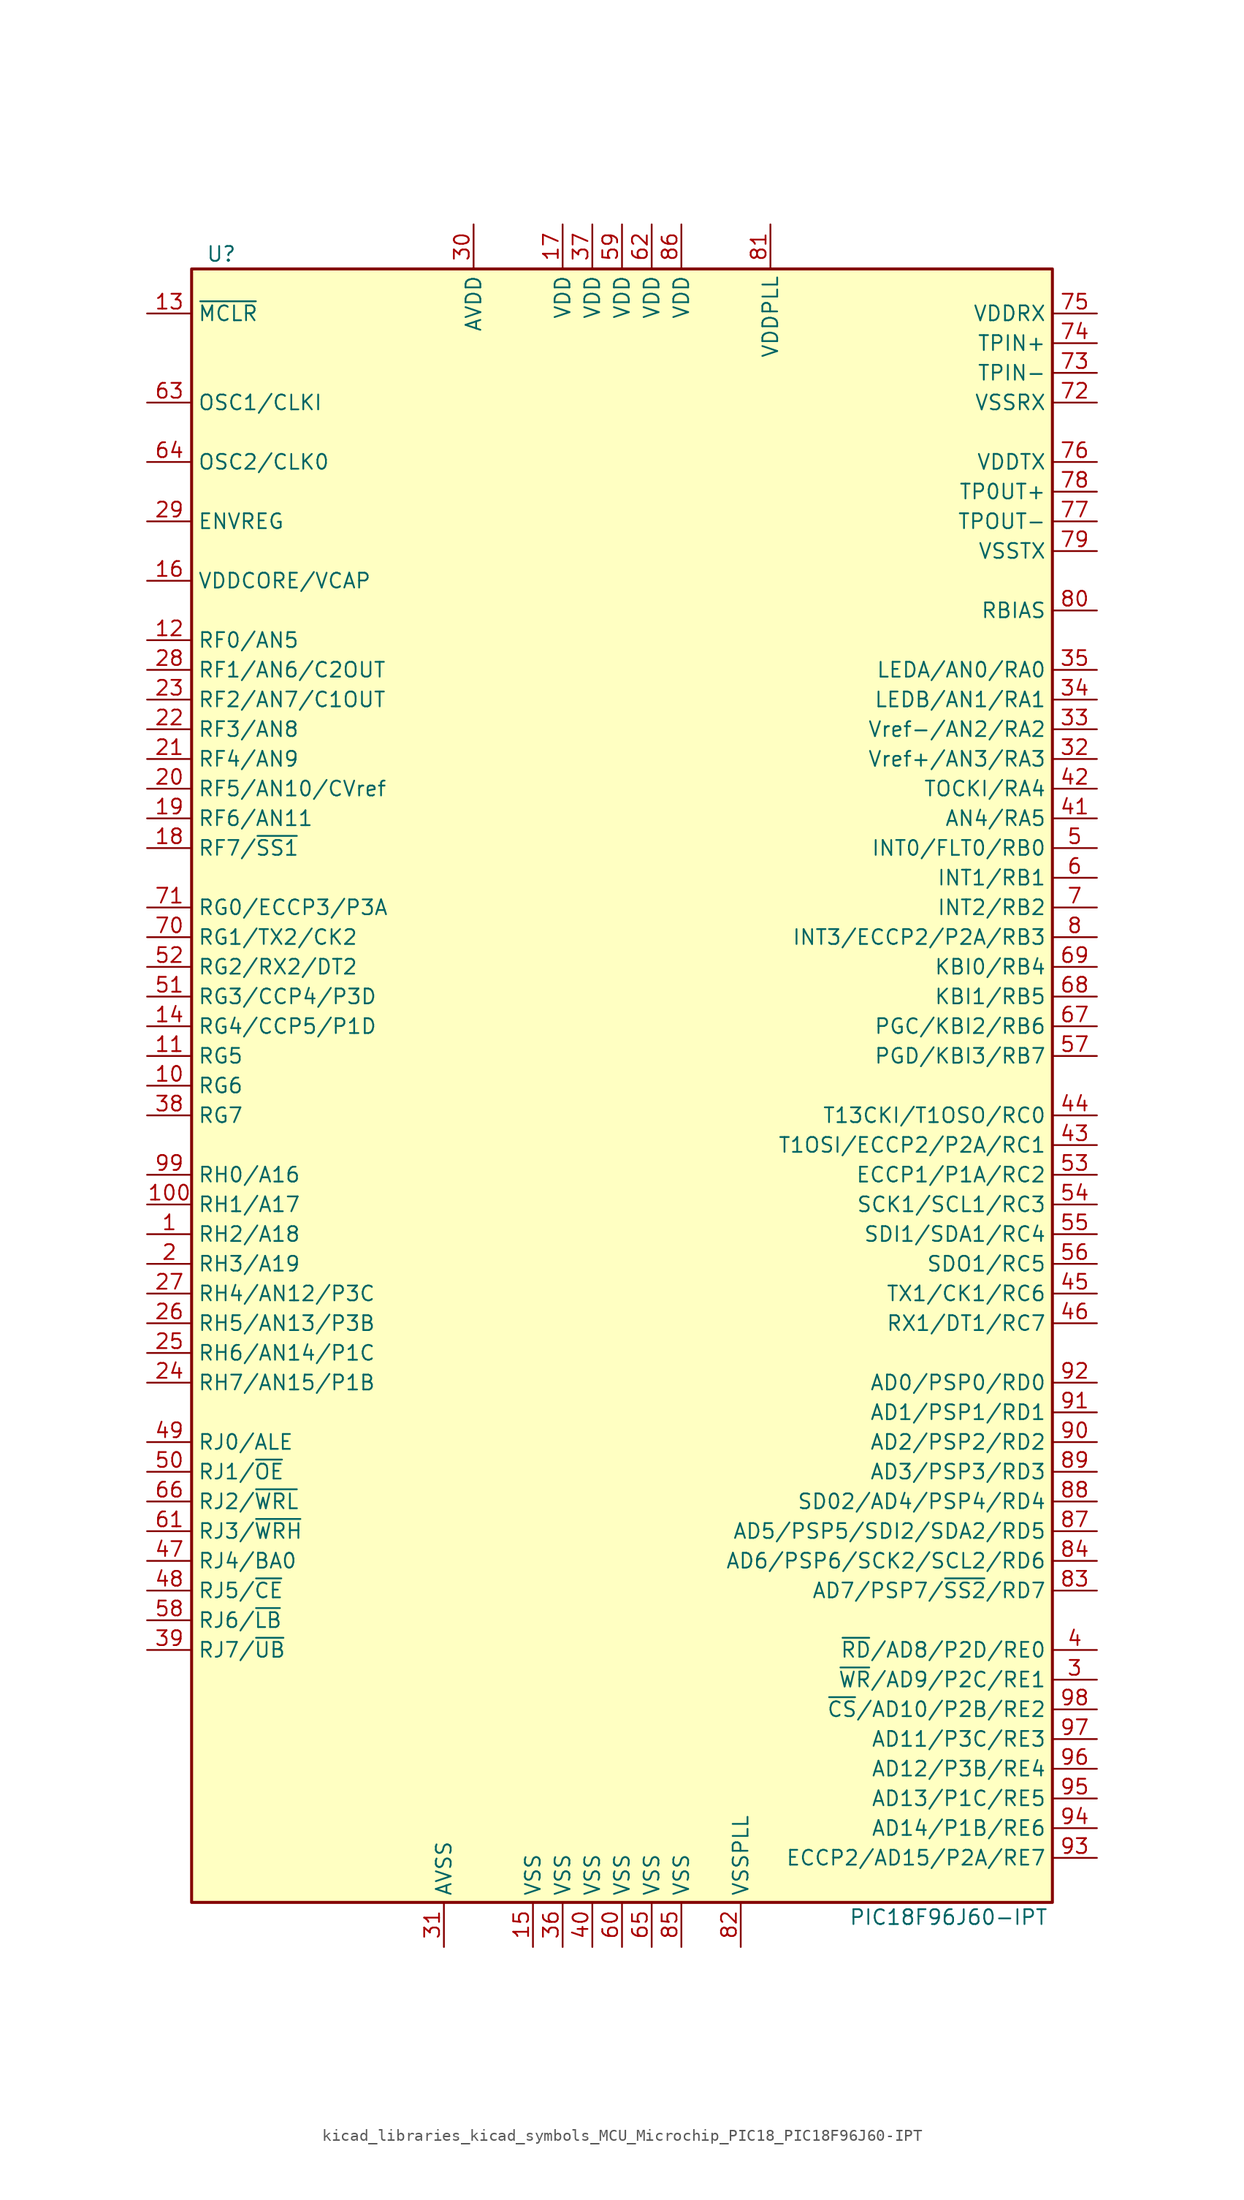
<source format=kicad_sym>
(kicad_symbol_lib
  (version 20220914)
  (generator kicad_symbol_editor)
  (symbol "kicad_libraries_kicad_symbols_MCU_Microchip_PIC18_PIC18F96J60-IPT"
    (property "Reference" "U"
      (at -34.29 71.12 0)
      (effects (font (size 1.27 1.27))))
    (property "Value" "PIC18F96J60-IPT"
      (at 27.94 -71.12 0)
      (effects (font (size 1.27 1.27))))
    (symbol "kicad_libraries_kicad_symbols_MCU_Microchip_PIC18_PIC18F96J60-IPT_0_1"
      (rectangle (start -36.83 69.85) (end 36.83 -69.85) (stroke (width 0.254) (type default)) (fill (type background))))
    (symbol "kicad_libraries_kicad_symbols_MCU_Microchip_PIC18_PIC18F96J60-IPT_1_1"
      (pin bidirectional line (at -40.64 -12.7 0) (length 3.81) (name "RH2/A18" (effects (font (size 1.27 1.27)))) (number "1" (effects (font (size 1.27 1.27)))))
      (pin bidirectional line (at -40.64 0 0) (length 3.81) (name "RG6" (effects (font (size 1.27 1.27)))) (number "10" (effects (font (size 1.27 1.27)))))
      (pin bidirectional line (at -40.64 -10.16 0) (length 3.81) (name "RH1/A17" (effects (font (size 1.27 1.27)))) (number "100" (effects (font (size 1.27 1.27)))))
      (pin bidirectional line (at -40.64 2.54 0) (length 3.81) (name "RG5" (effects (font (size 1.27 1.27)))) (number "11" (effects (font (size 1.27 1.27)))))
      (pin bidirectional line (at -40.64 38.1 0) (length 3.81) (name "RF0/AN5" (effects (font (size 1.27 1.27)))) (number "12" (effects (font (size 1.27 1.27)))))
      (pin input line (at -40.64 66.04 0) (length 3.81) (name "~{MCLR}" (effects (font (size 1.27 1.27)))) (number "13" (effects (font (size 1.27 1.27)))))
      (pin bidirectional line (at -40.64 5.08 0) (length 3.81) (name "RG4/CCP5/P1D" (effects (font (size 1.27 1.27)))) (number "14" (effects (font (size 1.27 1.27)))))
      (pin power_in line (at -7.62 -73.66 90) (length 3.81) (name "VSS" (effects (font (size 1.27 1.27)))) (number "15" (effects (font (size 1.27 1.27)))))
      (pin passive line (at -40.64 43.18 0) (length 3.81) (name "VDDCORE/VCAP" (effects (font (size 1.27 1.27)))) (number "16" (effects (font (size 1.27 1.27)))))
      (pin power_in line (at -5.08 73.66 270) (length 3.81) (name "VDD" (effects (font (size 1.27 1.27)))) (number "17" (effects (font (size 1.27 1.27)))))
      (pin bidirectional line (at -40.64 20.32 0) (length 3.81) (name "RF7/~{SS1}" (effects (font (size 1.27 1.27)))) (number "18" (effects (font (size 1.27 1.27)))))
      (pin bidirectional line (at -40.64 22.86 0) (length 3.81) (name "RF6/AN11" (effects (font (size 1.27 1.27)))) (number "19" (effects (font (size 1.27 1.27)))))
      (pin bidirectional line (at -40.64 -15.24 0) (length 3.81) (name "RH3/A19" (effects (font (size 1.27 1.27)))) (number "2" (effects (font (size 1.27 1.27)))))
      (pin bidirectional line (at -40.64 25.4 0) (length 3.81) (name "RF5/AN10/CVref" (effects (font (size 1.27 1.27)))) (number "20" (effects (font (size 1.27 1.27)))))
      (pin bidirectional line (at -40.64 27.94 0) (length 3.81) (name "RF4/AN9" (effects (font (size 1.27 1.27)))) (number "21" (effects (font (size 1.27 1.27)))))
      (pin bidirectional line (at -40.64 30.48 0) (length 3.81) (name "RF3/AN8" (effects (font (size 1.27 1.27)))) (number "22" (effects (font (size 1.27 1.27)))))
      (pin bidirectional line (at -40.64 33.02 0) (length 3.81) (name "RF2/AN7/C1OUT" (effects (font (size 1.27 1.27)))) (number "23" (effects (font (size 1.27 1.27)))))
      (pin bidirectional line (at -40.64 -25.4 0) (length 3.81) (name "RH7/AN15/P1B" (effects (font (size 1.27 1.27)))) (number "24" (effects (font (size 1.27 1.27)))))
      (pin bidirectional line (at -40.64 -22.86 0) (length 3.81) (name "RH6/AN14/P1C" (effects (font (size 1.27 1.27)))) (number "25" (effects (font (size 1.27 1.27)))))
      (pin bidirectional line (at -40.64 -20.32 0) (length 3.81) (name "RH5/AN13/P3B" (effects (font (size 1.27 1.27)))) (number "26" (effects (font (size 1.27 1.27)))))
      (pin bidirectional line (at -40.64 -17.78 0) (length 3.81) (name "RH4/AN12/P3C" (effects (font (size 1.27 1.27)))) (number "27" (effects (font (size 1.27 1.27)))))
      (pin bidirectional line (at -40.64 35.56 0) (length 3.81) (name "RF1/AN6/C2OUT" (effects (font (size 1.27 1.27)))) (number "28" (effects (font (size 1.27 1.27)))))
      (pin passive line (at -40.64 48.26 0) (length 3.81) (name "ENVREG" (effects (font (size 1.27 1.27)))) (number "29" (effects (font (size 1.27 1.27)))))
      (pin bidirectional line (at 40.64 -50.8 180) (length 3.81) (name "~{WR}/AD9/P2C/RE1" (effects (font (size 1.27 1.27)))) (number "3" (effects (font (size 1.27 1.27)))))
      (pin power_in line (at -12.7 73.66 270) (length 3.81) (name "AVDD" (effects (font (size 1.27 1.27)))) (number "30" (effects (font (size 1.27 1.27)))))
      (pin power_in line (at -15.24 -73.66 90) (length 3.81) (name "AVSS" (effects (font (size 1.27 1.27)))) (number "31" (effects (font (size 1.27 1.27)))))
      (pin bidirectional line (at 40.64 27.94 180) (length 3.81) (name "Vref+/AN3/RA3" (effects (font (size 1.27 1.27)))) (number "32" (effects (font (size 1.27 1.27)))))
      (pin bidirectional line (at 40.64 30.48 180) (length 3.81) (name "Vref-/AN2/RA2" (effects (font (size 1.27 1.27)))) (number "33" (effects (font (size 1.27 1.27)))))
      (pin bidirectional line (at 40.64 33.02 180) (length 3.81) (name "LEDB/AN1/RA1" (effects (font (size 1.27 1.27)))) (number "34" (effects (font (size 1.27 1.27)))))
      (pin bidirectional line (at 40.64 35.56 180) (length 3.81) (name "LEDA/AN0/RA0" (effects (font (size 1.27 1.27)))) (number "35" (effects (font (size 1.27 1.27)))))
      (pin power_in line (at -5.08 -73.66 90) (length 3.81) (name "VSS" (effects (font (size 1.27 1.27)))) (number "36" (effects (font (size 1.27 1.27)))))
      (pin power_in line (at -2.54 73.66 270) (length 3.81) (name "VDD" (effects (font (size 1.27 1.27)))) (number "37" (effects (font (size 1.27 1.27)))))
      (pin bidirectional line (at -40.64 -2.54 0) (length 3.81) (name "RG7" (effects (font (size 1.27 1.27)))) (number "38" (effects (font (size 1.27 1.27)))))
      (pin bidirectional line (at -40.64 -48.26 0) (length 3.81) (name "RJ7/~{UB}" (effects (font (size 1.27 1.27)))) (number "39" (effects (font (size 1.27 1.27)))))
      (pin bidirectional line (at 40.64 -48.26 180) (length 3.81) (name "~{RD}/AD8/P2D/RE0" (effects (font (size 1.27 1.27)))) (number "4" (effects (font (size 1.27 1.27)))))
      (pin power_in line (at -2.54 -73.66 90) (length 3.81) (name "VSS" (effects (font (size 1.27 1.27)))) (number "40" (effects (font (size 1.27 1.27)))))
      (pin bidirectional line (at 40.64 22.86 180) (length 3.81) (name "AN4/RA5" (effects (font (size 1.27 1.27)))) (number "41" (effects (font (size 1.27 1.27)))))
      (pin bidirectional line (at 40.64 25.4 180) (length 3.81) (name "TOCKI/RA4" (effects (font (size 1.27 1.27)))) (number "42" (effects (font (size 1.27 1.27)))))
      (pin bidirectional line (at 40.64 -5.08 180) (length 3.81) (name "T1OSI/ECCP2/P2A/RC1" (effects (font (size 1.27 1.27)))) (number "43" (effects (font (size 1.27 1.27)))))
      (pin bidirectional line (at 40.64 -2.54 180) (length 3.81) (name "T13CKI/T1OSO/RC0" (effects (font (size 1.27 1.27)))) (number "44" (effects (font (size 1.27 1.27)))))
      (pin bidirectional line (at 40.64 -17.78 180) (length 3.81) (name "TX1/CK1/RC6" (effects (font (size 1.27 1.27)))) (number "45" (effects (font (size 1.27 1.27)))))
      (pin bidirectional line (at 40.64 -20.32 180) (length 3.81) (name "RX1/DT1/RC7" (effects (font (size 1.27 1.27)))) (number "46" (effects (font (size 1.27 1.27)))))
      (pin bidirectional line (at -40.64 -40.64 0) (length 3.81) (name "RJ4/BA0" (effects (font (size 1.27 1.27)))) (number "47" (effects (font (size 1.27 1.27)))))
      (pin bidirectional line (at -40.64 -43.18 0) (length 3.81) (name "RJ5/~{CE}" (effects (font (size 1.27 1.27)))) (number "48" (effects (font (size 1.27 1.27)))))
      (pin bidirectional line (at -40.64 -30.48 0) (length 3.81) (name "RJ0/ALE" (effects (font (size 1.27 1.27)))) (number "49" (effects (font (size 1.27 1.27)))))
      (pin bidirectional line (at 40.64 20.32 180) (length 3.81) (name "INT0/FLT0/RB0" (effects (font (size 1.27 1.27)))) (number "5" (effects (font (size 1.27 1.27)))))
      (pin bidirectional line (at -40.64 -33.02 0) (length 3.81) (name "RJ1/~{OE}" (effects (font (size 1.27 1.27)))) (number "50" (effects (font (size 1.27 1.27)))))
      (pin bidirectional line (at -40.64 7.62 0) (length 3.81) (name "RG3/CCP4/P3D" (effects (font (size 1.27 1.27)))) (number "51" (effects (font (size 1.27 1.27)))))
      (pin bidirectional line (at -40.64 10.16 0) (length 3.81) (name "RG2/RX2/DT2" (effects (font (size 1.27 1.27)))) (number "52" (effects (font (size 1.27 1.27)))))
      (pin bidirectional line (at 40.64 -7.62 180) (length 3.81) (name "ECCP1/P1A/RC2" (effects (font (size 1.27 1.27)))) (number "53" (effects (font (size 1.27 1.27)))))
      (pin bidirectional line (at 40.64 -10.16 180) (length 3.81) (name "SCK1/SCL1/RC3" (effects (font (size 1.27 1.27)))) (number "54" (effects (font (size 1.27 1.27)))))
      (pin bidirectional line (at 40.64 -12.7 180) (length 3.81) (name "SDI1/SDA1/RC4" (effects (font (size 1.27 1.27)))) (number "55" (effects (font (size 1.27 1.27)))))
      (pin bidirectional line (at 40.64 -15.24 180) (length 3.81) (name "SDO1/RC5" (effects (font (size 1.27 1.27)))) (number "56" (effects (font (size 1.27 1.27)))))
      (pin bidirectional line (at 40.64 2.54 180) (length 3.81) (name "PGD/KBI3/RB7" (effects (font (size 1.27 1.27)))) (number "57" (effects (font (size 1.27 1.27)))))
      (pin bidirectional line (at -40.64 -45.72 0) (length 3.81) (name "RJ6/~{LB}" (effects (font (size 1.27 1.27)))) (number "58" (effects (font (size 1.27 1.27)))))
      (pin power_in line (at 0 73.66 270) (length 3.81) (name "VDD" (effects (font (size 1.27 1.27)))) (number "59" (effects (font (size 1.27 1.27)))))
      (pin bidirectional line (at 40.64 17.78 180) (length 3.81) (name "INT1/RB1" (effects (font (size 1.27 1.27)))) (number "6" (effects (font (size 1.27 1.27)))))
      (pin power_in line (at 0 -73.66 90) (length 3.81) (name "VSS" (effects (font (size 1.27 1.27)))) (number "60" (effects (font (size 1.27 1.27)))))
      (pin bidirectional line (at -40.64 -38.1 0) (length 3.81) (name "RJ3/~{WRH}" (effects (font (size 1.27 1.27)))) (number "61" (effects (font (size 1.27 1.27)))))
      (pin power_in line (at 2.54 73.66 270) (length 3.81) (name "VDD" (effects (font (size 1.27 1.27)))) (number "62" (effects (font (size 1.27 1.27)))))
      (pin input line (at -40.64 58.42 0) (length 3.81) (name "OSC1/CLKI" (effects (font (size 1.27 1.27)))) (number "63" (effects (font (size 1.27 1.27)))))
      (pin output line (at -40.64 53.34 0) (length 3.81) (name "OSC2/CLK0" (effects (font (size 1.27 1.27)))) (number "64" (effects (font (size 1.27 1.27)))))
      (pin power_in line (at 2.54 -73.66 90) (length 3.81) (name "VSS" (effects (font (size 1.27 1.27)))) (number "65" (effects (font (size 1.27 1.27)))))
      (pin bidirectional line (at -40.64 -35.56 0) (length 3.81) (name "RJ2/~{WRL}" (effects (font (size 1.27 1.27)))) (number "66" (effects (font (size 1.27 1.27)))))
      (pin bidirectional line (at 40.64 5.08 180) (length 3.81) (name "PGC/KBI2/RB6" (effects (font (size 1.27 1.27)))) (number "67" (effects (font (size 1.27 1.27)))))
      (pin bidirectional line (at 40.64 7.62 180) (length 3.81) (name "KBI1/RB5" (effects (font (size 1.27 1.27)))) (number "68" (effects (font (size 1.27 1.27)))))
      (pin bidirectional line (at 40.64 10.16 180) (length 3.81) (name "KBI0/RB4" (effects (font (size 1.27 1.27)))) (number "69" (effects (font (size 1.27 1.27)))))
      (pin bidirectional line (at 40.64 15.24 180) (length 3.81) (name "INT2/RB2" (effects (font (size 1.27 1.27)))) (number "7" (effects (font (size 1.27 1.27)))))
      (pin bidirectional line (at -40.64 12.7 0) (length 3.81) (name "RG1/TX2/CK2" (effects (font (size 1.27 1.27)))) (number "70" (effects (font (size 1.27 1.27)))))
      (pin bidirectional line (at -40.64 15.24 0) (length 3.81) (name "RG0/ECCP3/P3A" (effects (font (size 1.27 1.27)))) (number "71" (effects (font (size 1.27 1.27)))))
      (pin power_in line (at 40.64 58.42 180) (length 3.81) (name "VSSRX" (effects (font (size 1.27 1.27)))) (number "72" (effects (font (size 1.27 1.27)))))
      (pin passive line (at 40.64 60.96 180) (length 3.81) (name "TPIN-" (effects (font (size 1.27 1.27)))) (number "73" (effects (font (size 1.27 1.27)))))
      (pin passive line (at 40.64 63.5 180) (length 3.81) (name "TPIN+" (effects (font (size 1.27 1.27)))) (number "74" (effects (font (size 1.27 1.27)))))
      (pin power_in line (at 40.64 66.04 180) (length 3.81) (name "VDDRX" (effects (font (size 1.27 1.27)))) (number "75" (effects (font (size 1.27 1.27)))))
      (pin power_in line (at 40.64 53.34 180) (length 3.81) (name "VDDTX" (effects (font (size 1.27 1.27)))) (number "76" (effects (font (size 1.27 1.27)))))
      (pin passive line (at 40.64 48.26 180) (length 3.81) (name "TPOUT-" (effects (font (size 1.27 1.27)))) (number "77" (effects (font (size 1.27 1.27)))))
      (pin passive line (at 40.64 50.8 180) (length 3.81) (name "TP0UT+" (effects (font (size 1.27 1.27)))) (number "78" (effects (font (size 1.27 1.27)))))
      (pin power_in line (at 40.64 45.72 180) (length 3.81) (name "VSSTX" (effects (font (size 1.27 1.27)))) (number "79" (effects (font (size 1.27 1.27)))))
      (pin bidirectional line (at 40.64 12.7 180) (length 3.81) (name "INT3/ECCP2/P2A/RB3" (effects (font (size 1.27 1.27)))) (number "8" (effects (font (size 1.27 1.27)))))
      (pin passive line (at 40.64 40.64 180) (length 3.81) (name "RBIAS" (effects (font (size 1.27 1.27)))) (number "80" (effects (font (size 1.27 1.27)))))
      (pin power_in line (at 12.7 73.66 270) (length 3.81) (name "VDDPLL" (effects (font (size 1.27 1.27)))) (number "81" (effects (font (size 1.27 1.27)))))
      (pin power_in line (at 10.16 -73.66 90) (length 3.81) (name "VSSPLL" (effects (font (size 1.27 1.27)))) (number "82" (effects (font (size 1.27 1.27)))))
      (pin bidirectional line (at 40.64 -43.18 180) (length 3.81) (name "AD7/PSP7/~{SS2}/RD7" (effects (font (size 1.27 1.27)))) (number "83" (effects (font (size 1.27 1.27)))))
      (pin bidirectional line (at 40.64 -40.64 180) (length 3.81) (name "AD6/PSP6/SCK2/SCL2/RD6" (effects (font (size 1.27 1.27)))) (number "84" (effects (font (size 1.27 1.27)))))
      (pin power_in line (at 5.08 -73.66 90) (length 3.81) (name "VSS" (effects (font (size 1.27 1.27)))) (number "85" (effects (font (size 1.27 1.27)))))
      (pin power_in line (at 5.08 73.66 270) (length 3.81) (name "VDD" (effects (font (size 1.27 1.27)))) (number "86" (effects (font (size 1.27 1.27)))))
      (pin bidirectional line (at 40.64 -38.1 180) (length 3.81) (name "AD5/PSP5/SDI2/SDA2/RD5" (effects (font (size 1.27 1.27)))) (number "87" (effects (font (size 1.27 1.27)))))
      (pin bidirectional line (at 40.64 -35.56 180) (length 3.81) (name "SD02/AD4/PSP4/RD4" (effects (font (size 1.27 1.27)))) (number "88" (effects (font (size 1.27 1.27)))))
      (pin bidirectional line (at 40.64 -33.02 180) (length 3.81) (name "AD3/PSP3/RD3" (effects (font (size 1.27 1.27)))) (number "89" (effects (font (size 1.27 1.27)))))
      (pin no_connect line (at -20.32 -69.85 90) (length 3.81) hide (name "NC" (effects (font (size 1.27 1.27)))) (number "9" (effects (font (size 1.27 1.27)))))
      (pin bidirectional line (at 40.64 -30.48 180) (length 3.81) (name "AD2/PSP2/RD2" (effects (font (size 1.27 1.27)))) (number "90" (effects (font (size 1.27 1.27)))))
      (pin bidirectional line (at 40.64 -27.94 180) (length 3.81) (name "AD1/PSP1/RD1" (effects (font (size 1.27 1.27)))) (number "91" (effects (font (size 1.27 1.27)))))
      (pin bidirectional line (at 40.64 -25.4 180) (length 3.81) (name "AD0/PSP0/RD0" (effects (font (size 1.27 1.27)))) (number "92" (effects (font (size 1.27 1.27)))))
      (pin bidirectional line (at 40.64 -66.04 180) (length 3.81) (name "ECCP2/AD15/P2A/RE7" (effects (font (size 1.27 1.27)))) (number "93" (effects (font (size 1.27 1.27)))))
      (pin bidirectional line (at 40.64 -63.5 180) (length 3.81) (name "AD14/P1B/RE6" (effects (font (size 1.27 1.27)))) (number "94" (effects (font (size 1.27 1.27)))))
      (pin bidirectional line (at 40.64 -60.96 180) (length 3.81) (name "AD13/P1C/RE5" (effects (font (size 1.27 1.27)))) (number "95" (effects (font (size 1.27 1.27)))))
      (pin bidirectional line (at 40.64 -58.42 180) (length 3.81) (name "AD12/P3B/RE4" (effects (font (size 1.27 1.27)))) (number "96" (effects (font (size 1.27 1.27)))))
      (pin bidirectional line (at 40.64 -55.88 180) (length 3.81) (name "AD11/P3C/RE3" (effects (font (size 1.27 1.27)))) (number "97" (effects (font (size 1.27 1.27)))))
      (pin bidirectional line (at 40.64 -53.34 180) (length 3.81) (name "~{CS}/AD10/P2B/RE2" (effects (font (size 1.27 1.27)))) (number "98" (effects (font (size 1.27 1.27)))))
      (pin bidirectional line (at -40.64 -7.62 0) (length 3.81) (name "RH0/A16" (effects (font (size 1.27 1.27)))) (number "99" (effects (font (size 1.27 1.27))))))))
</source>
